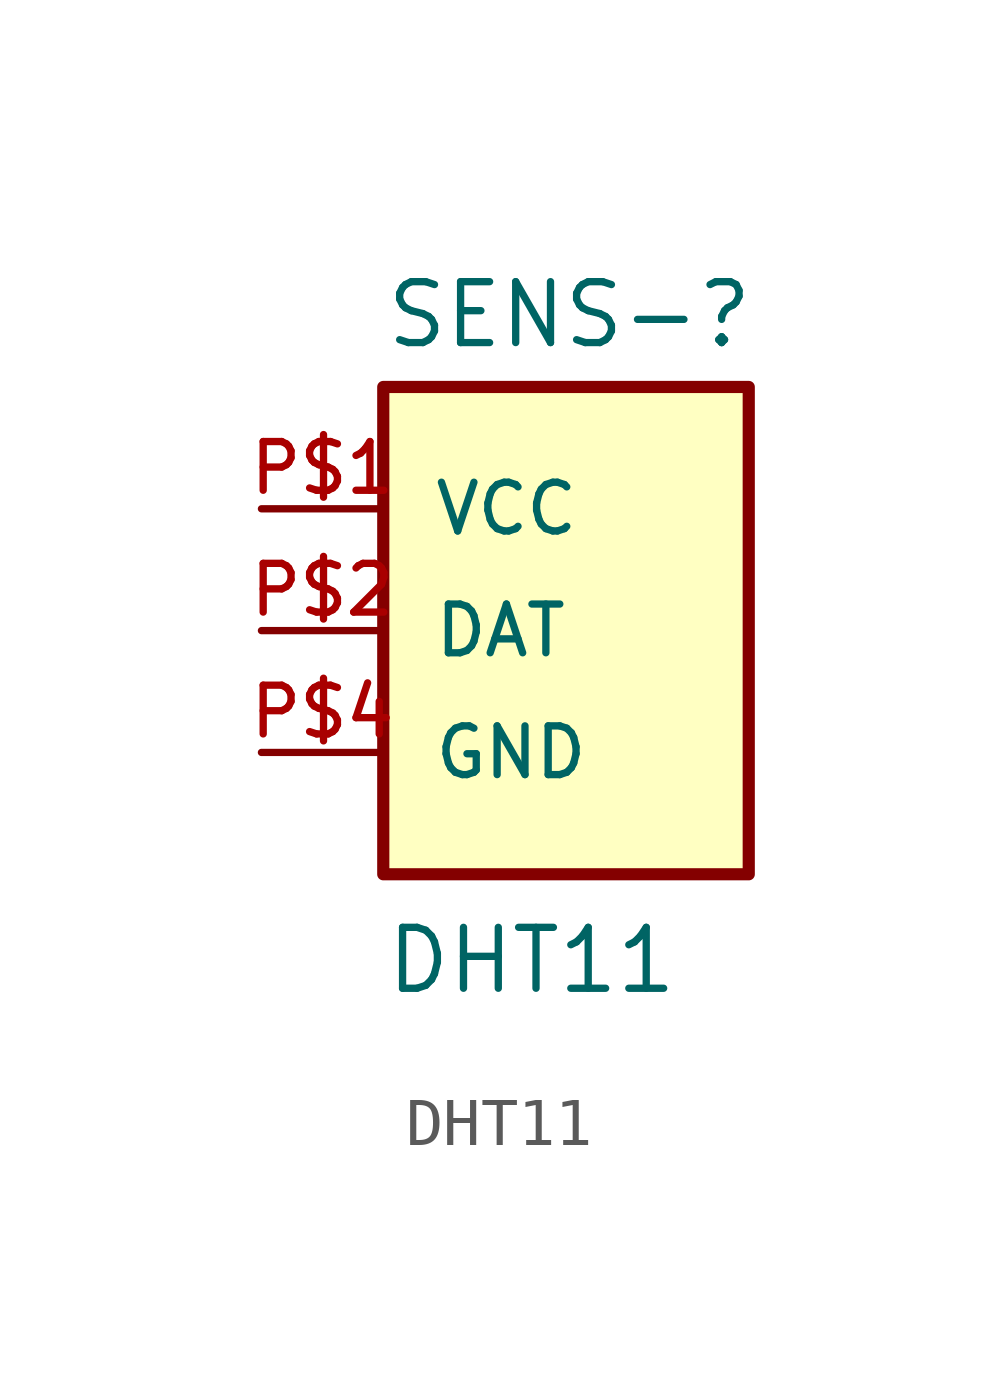
<source format=kicad_sym>
(kicad_symbol_lib
  (version 20231120)
  (generator "kicad_symbol_editor")
  (generator_version "8.0")
  (symbol "DHT11"
    (pin_names
      (offset 1.016))
    (property "Reference" "SENS-"
      (at 0 5.842 0)
      (effects (font (size 1.27 1.27)) (justify left bottom)))
    (property "Value" "DHT11"
      (at 0 -7.62 0)
      (effects (font (size 1.27 1.27)) (justify left bottom)))
    (symbol "DHT11_0_0"
      (rectangle (start 0 -5.08) (end 7.62 5.08) (stroke (width 0.254) (type default)) (fill (type background)))
      (pin bidirectional line (at -2.54 2.54 0) (length 2.54) (name "VCC" (effects (font (size 1.016 1.016)))) (number "P$1" (effects (font (size 1.016 1.016)))))
      (pin bidirectional line (at -2.54 0 0) (length 2.54) (name "DAT" (effects (font (size 1.016 1.016)))) (number "P$2" (effects (font (size 1.016 1.016)))))
      (pin bidirectional line (at -2.54 -2.54 0) (length 2.54) (name "GND" (effects (font (size 1.016 1.016)))) (number "P$4" (effects (font (size 1.016 1.016))))))))
</source>
